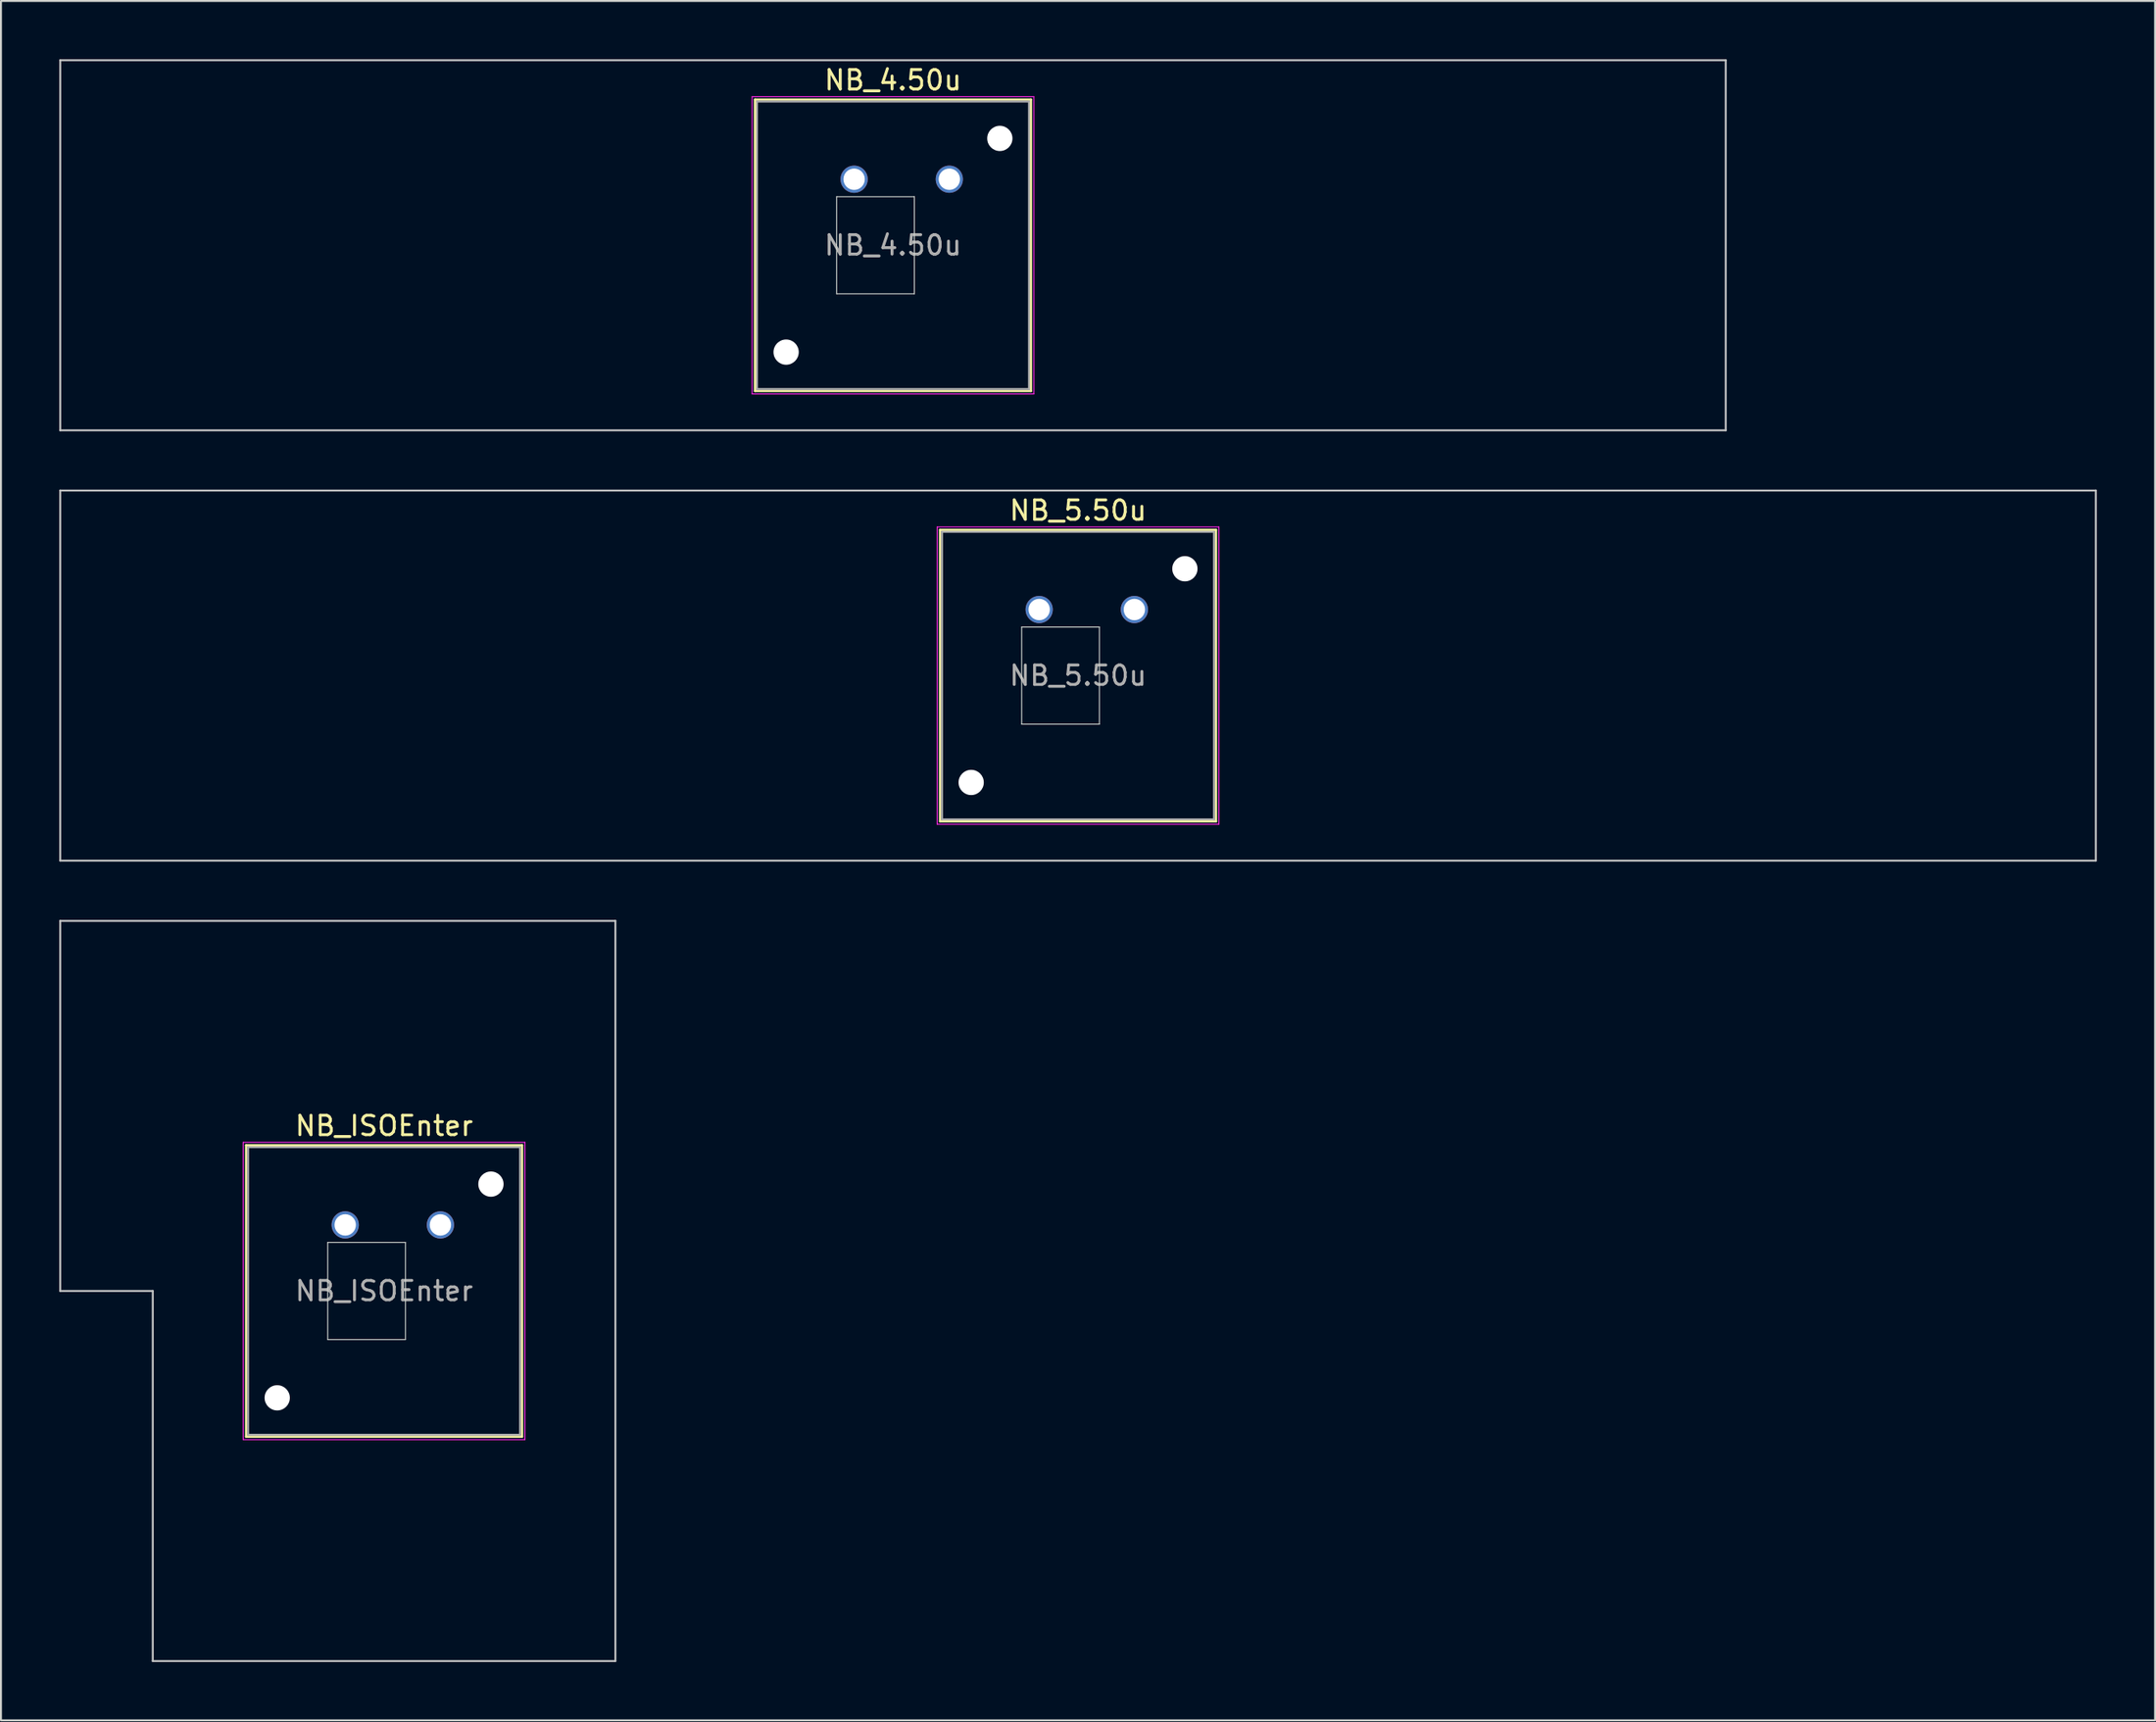
<source format=kicad_pcb>
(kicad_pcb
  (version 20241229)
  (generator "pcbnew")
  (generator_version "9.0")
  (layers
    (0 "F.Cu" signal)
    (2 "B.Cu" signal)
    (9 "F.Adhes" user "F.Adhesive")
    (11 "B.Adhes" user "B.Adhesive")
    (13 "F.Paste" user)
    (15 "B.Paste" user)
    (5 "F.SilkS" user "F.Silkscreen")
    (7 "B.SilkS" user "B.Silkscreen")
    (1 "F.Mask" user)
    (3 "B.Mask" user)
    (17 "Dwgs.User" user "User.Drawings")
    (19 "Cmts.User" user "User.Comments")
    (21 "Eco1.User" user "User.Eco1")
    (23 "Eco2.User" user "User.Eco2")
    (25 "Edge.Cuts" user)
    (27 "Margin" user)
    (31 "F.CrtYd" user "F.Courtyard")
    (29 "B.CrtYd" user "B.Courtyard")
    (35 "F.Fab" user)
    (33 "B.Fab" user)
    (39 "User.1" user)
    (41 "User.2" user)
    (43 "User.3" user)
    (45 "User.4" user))
  (footprint "NB_5.50u"
    (layer "F.Cu")
    (at 52.438 31.725)
    (property "Reference" "NB_5.50u" (at 0 -8.5 0) (layer "F.SilkS") (effects (font (size 1 1) (thickness 0.15))))
    (attr through_hole)
    (fp_line (start -7.1 -7.5) (end -7.1 7.5) (stroke (width 0.12) (type solid)) (layer "F.SilkS"))
    (fp_line (start -7.1 7.5) (end 7.1 7.5) (stroke (width 0.12) (type solid)) (layer "F.SilkS"))
    (fp_line (start 7.1 -7.5) (end -7.1 -7.5) (stroke (width 0.12) (type solid)) (layer "F.SilkS"))
    (fp_line (start 7.1 7.5) (end 7.1 -7.5) (stroke (width 0.12) (type solid)) (layer "F.SilkS"))
    (fp_line (start -52.388 -9.525) (end -52.388 9.525) (stroke (width 0.1) (type solid)) (layer "Dwgs.User"))
    (fp_line (start -52.388 9.525) (end 52.388 9.525) (stroke (width 0.1) (type solid)) (layer "Dwgs.User"))
    (fp_line (start 52.388 -9.525) (end -52.388 -9.525) (stroke (width 0.1) (type solid)) (layer "Dwgs.User"))
    (fp_line (start 52.388 9.525) (end 52.388 -9.525) (stroke (width 0.1) (type solid)) (layer "Dwgs.User"))
    (fp_line (start -8 -8) (end -8 8) (stroke (width 0.1) (type solid)) (layer "Eco1.User"))
    (fp_line (start -8 8) (end 8 8) (stroke (width 0.1) (type solid)) (layer "Eco1.User"))
    (fp_line (start 8 -8) (end -8 -8) (stroke (width 0.1) (type solid)) (layer "Eco1.User"))
    (fp_line (start 8 8) (end 8 -8) (stroke (width 0.1) (type solid)) (layer "Eco1.User"))
    (fp_line (start -2.9 -2.5) (end 1.1 -2.5) (stroke (width 0.05) (type solid)) (layer "Edge.Cuts"))
    (fp_line (start -2.9 2.5) (end -2.9 -2.5) (stroke (width 0.05) (type solid)) (layer "Edge.Cuts"))
    (fp_line (start 1.1 -2.5) (end 1.1 2.5) (stroke (width 0.05) (type solid)) (layer "Edge.Cuts"))
    (fp_line (start 1.1 2.5) (end -2.9 2.5) (stroke (width 0.05) (type solid)) (layer "Edge.Cuts"))
    (fp_line (start -7.25 -7.65) (end -7.25 7.65) (stroke (width 0.05) (type solid)) (layer "F.CrtYd"))
    (fp_line (start -7.25 7.65) (end 7.25 7.65) (stroke (width 0.05) (type solid)) (layer "F.CrtYd"))
    (fp_line (start 7.25 -7.65) (end -7.25 -7.65) (stroke (width 0.05) (type solid)) (layer "F.CrtYd"))
    (fp_line (start 7.25 7.65) (end 7.25 -7.65) (stroke (width 0.05) (type solid)) (layer "F.CrtYd"))
    (fp_line (start -7 -7.4) (end -7 7.4) (stroke (width 0.1) (type solid)) (layer "F.Fab"))
    (fp_line (start -7 7.4) (end 7 7.4) (stroke (width 0.1) (type solid)) (layer "F.Fab"))
    (fp_line (start 7 -7.4) (end -7 -7.4) (stroke (width 0.1) (type solid)) (layer "F.Fab"))
    (fp_line (start 7 7.4) (end 7 -7.4) (stroke (width 0.1) (type solid)) (layer "F.Fab"))
    (fp_text user "${REFERENCE}" (at 0 0 0) (layer "F.Fab") (effects (font (size 1 1) (thickness 0.15))))
    (pad "" np_thru_hole circle (at -5.5 5.5) (size 1.3 1.3) (drill 1.3) (layers "*.Cu" "*.Mask"))
    (pad "" np_thru_hole circle (at 5.5 -5.5) (size 1.3 1.3) (drill 1.3) (layers "*.Cu" "*.Mask"))
    (pad "1" thru_hole circle (at -2 -3.4) (size 1.4 1.4) (drill 1.1) (layers "*.Cu" "*.Mask"))
    (pad "2" thru_hole circle (at 2.9 -3.4) (size 1.4 1.4) (drill 1.1) (layers "*.Cu" "*.Mask")))
  (footprint "NB_ISOEnter"
    (layer "F.Cu")
    (at 16.719 63.4)
    (property "Reference" "NB_ISOEnter" (at 0 -8.5 0) (layer "F.SilkS") (effects (font (size 1 1) (thickness 0.15))))
    (attr through_hole)
    (fp_line (start -7.1 -7.5) (end -7.1 7.5) (stroke (width 0.12) (type solid)) (layer "F.SilkS"))
    (fp_line (start -7.1 7.5) (end 7.1 7.5) (stroke (width 0.12) (type solid)) (layer "F.SilkS"))
    (fp_line (start 7.1 -7.5) (end -7.1 -7.5) (stroke (width 0.12) (type solid)) (layer "F.SilkS"))
    (fp_line (start 7.1 7.5) (end 7.1 -7.5) (stroke (width 0.12) (type solid)) (layer "F.SilkS"))
    (fp_line (start -16.669 -19.05) (end -16.669 0) (stroke (width 0.1) (type solid)) (layer "Dwgs.User"))
    (fp_line (start -16.669 0) (end -11.906 0) (stroke (width 0.1) (type solid)) (layer "Dwgs.User"))
    (fp_line (start -11.906 0) (end -11.906 19.05) (stroke (width 0.1) (type solid)) (layer "Dwgs.User"))
    (fp_line (start -11.906 19.05) (end 11.906 19.05) (stroke (width 0.1) (type solid)) (layer "Dwgs.User"))
    (fp_line (start 11.906 -19.05) (end -16.669 -19.05) (stroke (width 0.1) (type solid)) (layer "Dwgs.User"))
    (fp_line (start 11.906 19.05) (end 11.906 -19.05) (stroke (width 0.1) (type solid)) (layer "Dwgs.User"))
    (fp_line (start -8 -8) (end -8 8) (stroke (width 0.1) (type solid)) (layer "Eco1.User"))
    (fp_line (start -8 8) (end 8 8) (stroke (width 0.1) (type solid)) (layer "Eco1.User"))
    (fp_line (start 8 -8) (end -8 -8) (stroke (width 0.1) (type solid)) (layer "Eco1.User"))
    (fp_line (start 8 8) (end 8 -8) (stroke (width 0.1) (type solid)) (layer "Eco1.User"))
    (fp_line (start -2.9 -2.5) (end 1.1 -2.5) (stroke (width 0.05) (type solid)) (layer "Edge.Cuts"))
    (fp_line (start -2.9 2.5) (end -2.9 -2.5) (stroke (width 0.05) (type solid)) (layer "Edge.Cuts"))
    (fp_line (start 1.1 -2.5) (end 1.1 2.5) (stroke (width 0.05) (type solid)) (layer "Edge.Cuts"))
    (fp_line (start 1.1 2.5) (end -2.9 2.5) (stroke (width 0.05) (type solid)) (layer "Edge.Cuts"))
    (fp_line (start -7.25 -7.65) (end -7.25 7.65) (stroke (width 0.05) (type solid)) (layer "F.CrtYd"))
    (fp_line (start -7.25 7.65) (end 7.25 7.65) (stroke (width 0.05) (type solid)) (layer "F.CrtYd"))
    (fp_line (start 7.25 -7.65) (end -7.25 -7.65) (stroke (width 0.05) (type solid)) (layer "F.CrtYd"))
    (fp_line (start 7.25 7.65) (end 7.25 -7.65) (stroke (width 0.05) (type solid)) (layer "F.CrtYd"))
    (fp_line (start -7 -7.4) (end -7 7.4) (stroke (width 0.1) (type solid)) (layer "F.Fab"))
    (fp_line (start -7 7.4) (end 7 7.4) (stroke (width 0.1) (type solid)) (layer "F.Fab"))
    (fp_line (start 7 -7.4) (end -7 -7.4) (stroke (width 0.1) (type solid)) (layer "F.Fab"))
    (fp_line (start 7 7.4) (end 7 -7.4) (stroke (width 0.1) (type solid)) (layer "F.Fab"))
    (fp_text user "${REFERENCE}" (at 0 0 0) (layer "F.Fab") (effects (font (size 1 1) (thickness 0.15))))
    (pad "" np_thru_hole circle (at -5.5 5.5) (size 1.3 1.3) (drill 1.3) (layers "*.Cu" "*.Mask"))
    (pad "" np_thru_hole circle (at 5.5 -5.5) (size 1.3 1.3) (drill 1.3) (layers "*.Cu" "*.Mask"))
    (pad "1" thru_hole circle (at -2 -3.4) (size 1.4 1.4) (drill 1.1) (layers "*.Cu" "*.Mask"))
    (pad "2" thru_hole circle (at 2.9 -3.4) (size 1.4 1.4) (drill 1.1) (layers "*.Cu" "*.Mask")))
  (footprint "NB_4.50u"
    (layer "F.Cu")
    (at 42.913 9.575)
    (property "Reference" "NB_4.50u" (at 0 -8.5 0) (layer "F.SilkS") (effects (font (size 1 1) (thickness 0.15))))
    (attr through_hole)
    (fp_line (start -7.1 -7.5) (end -7.1 7.5) (stroke (width 0.12) (type solid)) (layer "F.SilkS"))
    (fp_line (start -7.1 7.5) (end 7.1 7.5) (stroke (width 0.12) (type solid)) (layer "F.SilkS"))
    (fp_line (start 7.1 -7.5) (end -7.1 -7.5) (stroke (width 0.12) (type solid)) (layer "F.SilkS"))
    (fp_line (start 7.1 7.5) (end 7.1 -7.5) (stroke (width 0.12) (type solid)) (layer "F.SilkS"))
    (fp_line (start -42.862 -9.525) (end -42.862 9.525) (stroke (width 0.1) (type solid)) (layer "Dwgs.User"))
    (fp_line (start -42.862 9.525) (end 42.862 9.525) (stroke (width 0.1) (type solid)) (layer "Dwgs.User"))
    (fp_line (start 42.862 -9.525) (end -42.862 -9.525) (stroke (width 0.1) (type solid)) (layer "Dwgs.User"))
    (fp_line (start 42.862 9.525) (end 42.862 -9.525) (stroke (width 0.1) (type solid)) (layer "Dwgs.User"))
    (fp_line (start -8 -8) (end -8 8) (stroke (width 0.1) (type solid)) (layer "Eco1.User"))
    (fp_line (start -8 8) (end 8 8) (stroke (width 0.1) (type solid)) (layer "Eco1.User"))
    (fp_line (start 8 -8) (end -8 -8) (stroke (width 0.1) (type solid)) (layer "Eco1.User"))
    (fp_line (start 8 8) (end 8 -8) (stroke (width 0.1) (type solid)) (layer "Eco1.User"))
    (fp_line (start -2.9 -2.5) (end 1.1 -2.5) (stroke (width 0.05) (type solid)) (layer "Edge.Cuts"))
    (fp_line (start -2.9 2.5) (end -2.9 -2.5) (stroke (width 0.05) (type solid)) (layer "Edge.Cuts"))
    (fp_line (start 1.1 -2.5) (end 1.1 2.5) (stroke (width 0.05) (type solid)) (layer "Edge.Cuts"))
    (fp_line (start 1.1 2.5) (end -2.9 2.5) (stroke (width 0.05) (type solid)) (layer "Edge.Cuts"))
    (fp_line (start -7.25 -7.65) (end -7.25 7.65) (stroke (width 0.05) (type solid)) (layer "F.CrtYd"))
    (fp_line (start -7.25 7.65) (end 7.25 7.65) (stroke (width 0.05) (type solid)) (layer "F.CrtYd"))
    (fp_line (start 7.25 -7.65) (end -7.25 -7.65) (stroke (width 0.05) (type solid)) (layer "F.CrtYd"))
    (fp_line (start 7.25 7.65) (end 7.25 -7.65) (stroke (width 0.05) (type solid)) (layer "F.CrtYd"))
    (fp_line (start -7 -7.4) (end -7 7.4) (stroke (width 0.1) (type solid)) (layer "F.Fab"))
    (fp_line (start -7 7.4) (end 7 7.4) (stroke (width 0.1) (type solid)) (layer "F.Fab"))
    (fp_line (start 7 -7.4) (end -7 -7.4) (stroke (width 0.1) (type solid)) (layer "F.Fab"))
    (fp_line (start 7 7.4) (end 7 -7.4) (stroke (width 0.1) (type solid)) (layer "F.Fab"))
    (fp_text user "${REFERENCE}" (at 0 0 0) (layer "F.Fab") (effects (font (size 1 1) (thickness 0.15))))
    (pad "" np_thru_hole circle (at -5.5 5.5) (size 1.3 1.3) (drill 1.3) (layers "*.Cu" "*.Mask"))
    (pad "" np_thru_hole circle (at 5.5 -5.5) (size 1.3 1.3) (drill 1.3) (layers "*.Cu" "*.Mask"))
    (pad "1" thru_hole circle (at -2 -3.4) (size 1.4 1.4) (drill 1.1) (layers "*.Cu" "*.Mask"))
    (pad "2" thru_hole circle (at 2.9 -3.4) (size 1.4 1.4) (drill 1.1) (layers "*.Cu" "*.Mask")))
  (gr_rect
    (start -3 -3)
    (end 107.875 85.5)
    (stroke (width 0.1) (type default))
    (fill no)
    (layer "Edge.Cuts")))
</source>
